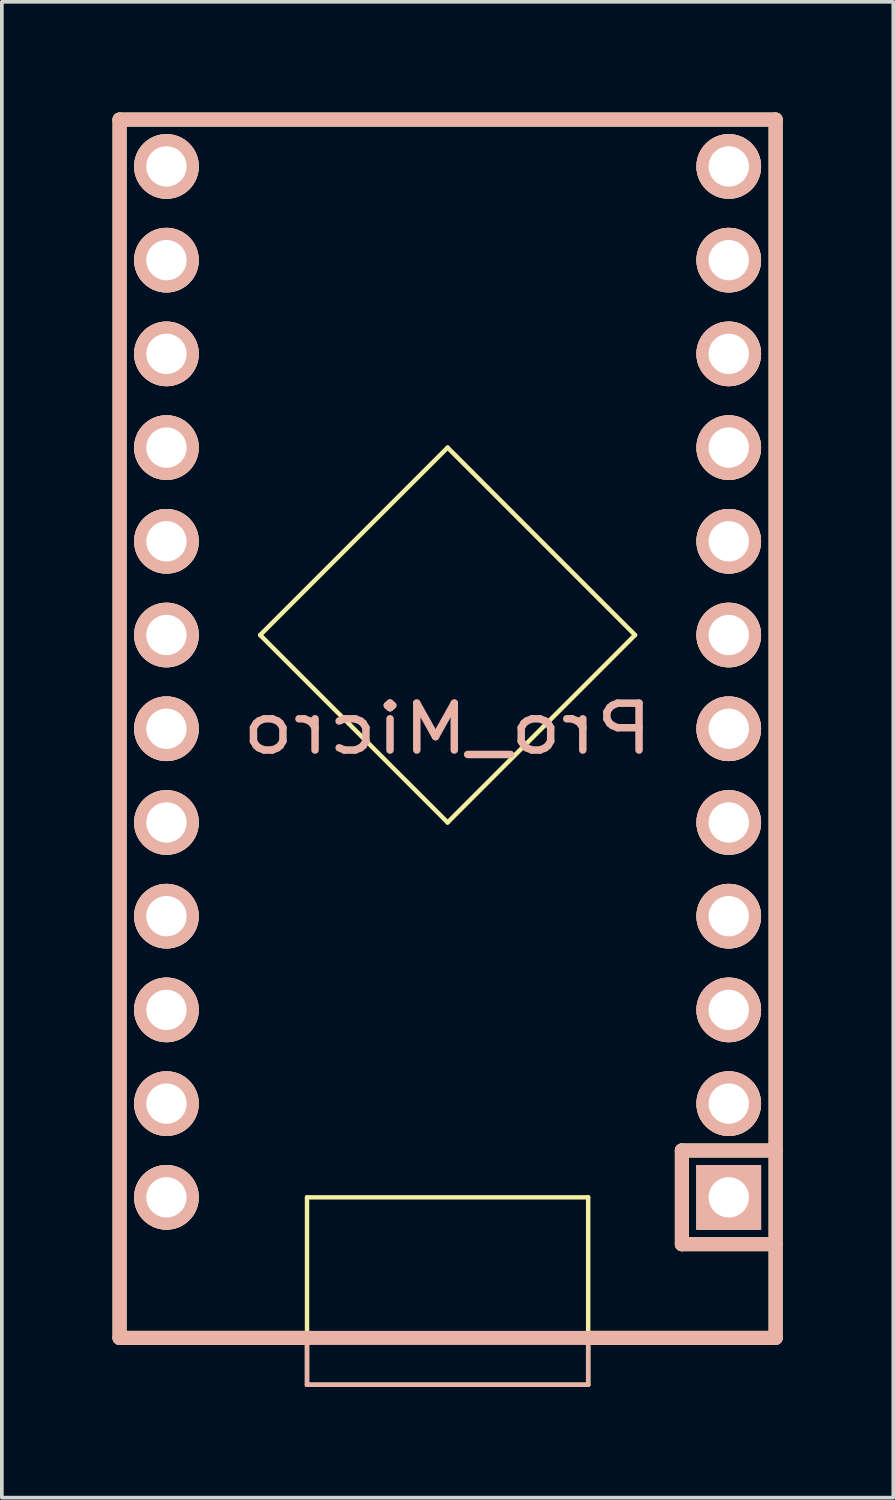
<source format=kicad_pcb>
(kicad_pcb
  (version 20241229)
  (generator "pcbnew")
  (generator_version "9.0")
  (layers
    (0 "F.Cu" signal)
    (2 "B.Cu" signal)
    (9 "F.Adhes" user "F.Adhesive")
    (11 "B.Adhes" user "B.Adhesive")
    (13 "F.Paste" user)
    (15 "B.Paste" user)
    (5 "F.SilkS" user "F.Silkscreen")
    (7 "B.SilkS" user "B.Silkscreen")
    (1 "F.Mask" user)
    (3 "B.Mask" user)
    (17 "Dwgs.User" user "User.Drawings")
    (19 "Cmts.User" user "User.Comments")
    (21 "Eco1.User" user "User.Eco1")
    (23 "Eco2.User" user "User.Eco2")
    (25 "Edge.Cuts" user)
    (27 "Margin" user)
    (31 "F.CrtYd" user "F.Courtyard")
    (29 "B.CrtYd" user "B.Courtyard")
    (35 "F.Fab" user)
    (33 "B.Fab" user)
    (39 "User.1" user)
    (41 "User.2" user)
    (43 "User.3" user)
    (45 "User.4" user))
  (footprint "Pro_Micro"
    (layer "F.Cu")
    (at 9.081 16.701)
    (property "Reference" "Pro_Micro" (at 0 0 180) (layer "B.SilkS") (effects (font (size 1.27 1.524) (thickness 0.203)) (justify mirror)))
    (attr through_hole)
    (fp_line (start -8.89 -16.51) (end -8.89 16.51) (stroke (width 0.381) (type solid)) (layer "F.SilkS"))
    (fp_line (start -8.89 16.51) (end -3.81 16.51) (stroke (width 0.381) (type solid)) (layer "F.SilkS"))
    (fp_line (start -5.08 -2.54) (end 0 -7.62) (stroke (width 0.12) (type solid)) (layer "F.SilkS"))
    (fp_line (start -3.81 12.7) (end 3.81 12.7) (stroke (width 0.12) (type solid)) (layer "F.SilkS"))
    (fp_line (start -3.81 17.78) (end -3.81 12.7) (stroke (width 0.12) (type solid)) (layer "F.SilkS"))
    (fp_line (start 0 -7.62) (end 5.08 -2.54) (stroke (width 0.12) (type solid)) (layer "F.SilkS"))
    (fp_line (start 0 2.54) (end -5.08 -2.54) (stroke (width 0.12) (type solid)) (layer "F.SilkS"))
    (fp_line (start 3.81 12.7) (end 3.81 17.78) (stroke (width 0.12) (type solid)) (layer "F.SilkS"))
    (fp_line (start 3.81 16.51) (end 8.89 16.51) (stroke (width 0.381) (type solid)) (layer "F.SilkS"))
    (fp_line (start 3.81 17.78) (end -3.81 17.78) (stroke (width 0.12) (type solid)) (layer "F.SilkS"))
    (fp_line (start 5.08 -2.54) (end 0 2.54) (stroke (width 0.12) (type solid)) (layer "F.SilkS"))
    (fp_line (start 6.35 11.43) (end 8.89 11.43) (stroke (width 0.381) (type solid)) (layer "F.SilkS"))
    (fp_line (start 6.35 13.97) (end 6.35 11.43) (stroke (width 0.381) (type solid)) (layer "F.SilkS"))
    (fp_line (start 6.35 13.97) (end 8.89 13.97) (stroke (width 0.381) (type solid)) (layer "F.SilkS"))
    (fp_line (start 8.89 -16.51) (end -8.89 -16.51) (stroke (width 0.381) (type solid)) (layer "F.SilkS"))
    (fp_line (start 8.89 16.51) (end 8.89 -16.51) (stroke (width 0.381) (type solid)) (layer "F.SilkS"))
    (fp_line (start -8.89 -16.51) (end -8.89 16.51) (stroke (width 0.381) (type solid)) (layer "B.SilkS"))
    (fp_line (start -8.89 -16.51) (end 8.89 -16.51) (stroke (width 0.381) (type solid)) (layer "B.SilkS"))
    (fp_line (start -8.89 16.51) (end 8.89 16.51) (stroke (width 0.381) (type solid)) (layer "B.SilkS"))
    (fp_line (start -3.81 17.78) (end -3.81 16.51) (stroke (width 0.12) (type solid)) (layer "B.SilkS"))
    (fp_line (start 3.81 16.51) (end 3.81 17.78) (stroke (width 0.12) (type solid)) (layer "B.SilkS"))
    (fp_line (start 3.81 17.78) (end -3.81 17.78) (stroke (width 0.12) (type solid)) (layer "B.SilkS"))
    (fp_line (start 6.35 11.43) (end 6.35 13.97) (stroke (width 0.381) (type solid)) (layer "B.SilkS"))
    (fp_line (start 6.35 11.43) (end 8.89 11.43) (stroke (width 0.381) (type solid)) (layer "B.SilkS"))
    (fp_line (start 6.35 13.97) (end 8.89 13.97) (stroke (width 0.381) (type solid)) (layer "B.SilkS"))
    (fp_line (start 8.89 -16.51) (end 8.89 16.51) (stroke (width 0.381) (type solid)) (layer "B.SilkS"))
    (pad "1" thru_hole rect (at 7.62 12.7 90) (size 1.753 1.753) (drill 1.092) (layers "*.Cu" "*.SilkS" "*.Mask"))
    (pad "2" thru_hole circle (at 7.62 10.16 90) (size 1.753 1.753) (drill 1.092) (layers "*.Cu" "*.SilkS" "*.Mask"))
    (pad "3" thru_hole circle (at 7.62 7.62 90) (size 1.753 1.753) (drill 1.092) (layers "*.Cu" "*.SilkS" "*.Mask"))
    (pad "4" thru_hole circle (at 7.62 5.08 90) (size 1.753 1.753) (drill 1.092) (layers "*.Cu" "*.SilkS" "*.Mask"))
    (pad "5" thru_hole circle (at 7.62 2.54 90) (size 1.753 1.753) (drill 1.092) (layers "*.Cu" "*.SilkS" "*.Mask"))
    (pad "6" thru_hole circle (at 7.62 0 90) (size 1.753 1.753) (drill 1.092) (layers "*.Cu" "*.SilkS" "*.Mask"))
    (pad "7" thru_hole circle (at 7.62 -2.54 90) (size 1.753 1.753) (drill 1.092) (layers "*.Cu" "*.SilkS" "*.Mask"))
    (pad "8" thru_hole circle (at 7.62 -5.08 90) (size 1.753 1.753) (drill 1.092) (layers "*.Cu" "*.SilkS" "*.Mask"))
    (pad "9" thru_hole circle (at 7.62 -7.62 90) (size 1.753 1.753) (drill 1.092) (layers "*.Cu" "*.SilkS" "*.Mask"))
    (pad "10" thru_hole circle (at 7.62 -10.16 90) (size 1.753 1.753) (drill 1.092) (layers "*.Cu" "*.SilkS" "*.Mask"))
    (pad "11" thru_hole circle (at 7.62 -12.7 90) (size 1.753 1.753) (drill 1.092) (layers "*.Cu" "*.SilkS" "*.Mask"))
    (pad "12" thru_hole circle (at 7.62 -15.24 90) (size 1.753 1.753) (drill 1.092) (layers "*.Cu" "*.SilkS" "*.Mask"))
    (pad "13" thru_hole circle (at -7.62 12.7 90) (size 1.753 1.753) (drill 1.092) (layers "*.Cu" "*.SilkS" "*.Mask"))
    (pad "14" thru_hole circle (at -7.62 10.16 90) (size 1.753 1.753) (drill 1.092) (layers "*.Cu" "*.SilkS" "*.Mask"))
    (pad "15" thru_hole circle (at -7.62 7.62 90) (size 1.753 1.753) (drill 1.092) (layers "*.Cu" "*.SilkS" "*.Mask"))
    (pad "16" thru_hole circle (at -7.62 5.08 90) (size 1.753 1.753) (drill 1.092) (layers "*.Cu" "*.SilkS" "*.Mask"))
    (pad "17" thru_hole circle (at -7.62 2.54 90) (size 1.753 1.753) (drill 1.092) (layers "*.Cu" "*.SilkS" "*.Mask"))
    (pad "18" thru_hole circle (at -7.62 0 90) (size 1.753 1.753) (drill 1.092) (layers "*.Cu" "*.SilkS" "*.Mask"))
    (pad "19" thru_hole circle (at -7.62 -2.54 90) (size 1.753 1.753) (drill 1.092) (layers "*.Cu" "*.SilkS" "*.Mask"))
    (pad "20" thru_hole circle (at -7.62 -5.08 90) (size 1.753 1.753) (drill 1.092) (layers "*.Cu" "*.SilkS" "*.Mask"))
    (pad "21" thru_hole circle (at -7.62 -7.62 90) (size 1.753 1.753) (drill 1.092) (layers "*.Cu" "*.SilkS" "*.Mask"))
    (pad "22" thru_hole circle (at -7.62 -10.16 90) (size 1.753 1.753) (drill 1.092) (layers "*.Cu" "*.SilkS" "*.Mask"))
    (pad "23" thru_hole circle (at -7.62 -12.7 90) (size 1.753 1.753) (drill 1.092) (layers "*.Cu" "*.SilkS" "*.Mask"))
    (pad "24" thru_hole circle (at -7.62 -15.24 90) (size 1.753 1.753) (drill 1.092) (layers "*.Cu" "*.SilkS" "*.Mask")))
  (gr_rect
    (start -3 -3)
    (end 21.161 37.541)
    (stroke (width 0.1) (type default))
    (fill no)
    (layer "Edge.Cuts")))
</source>
